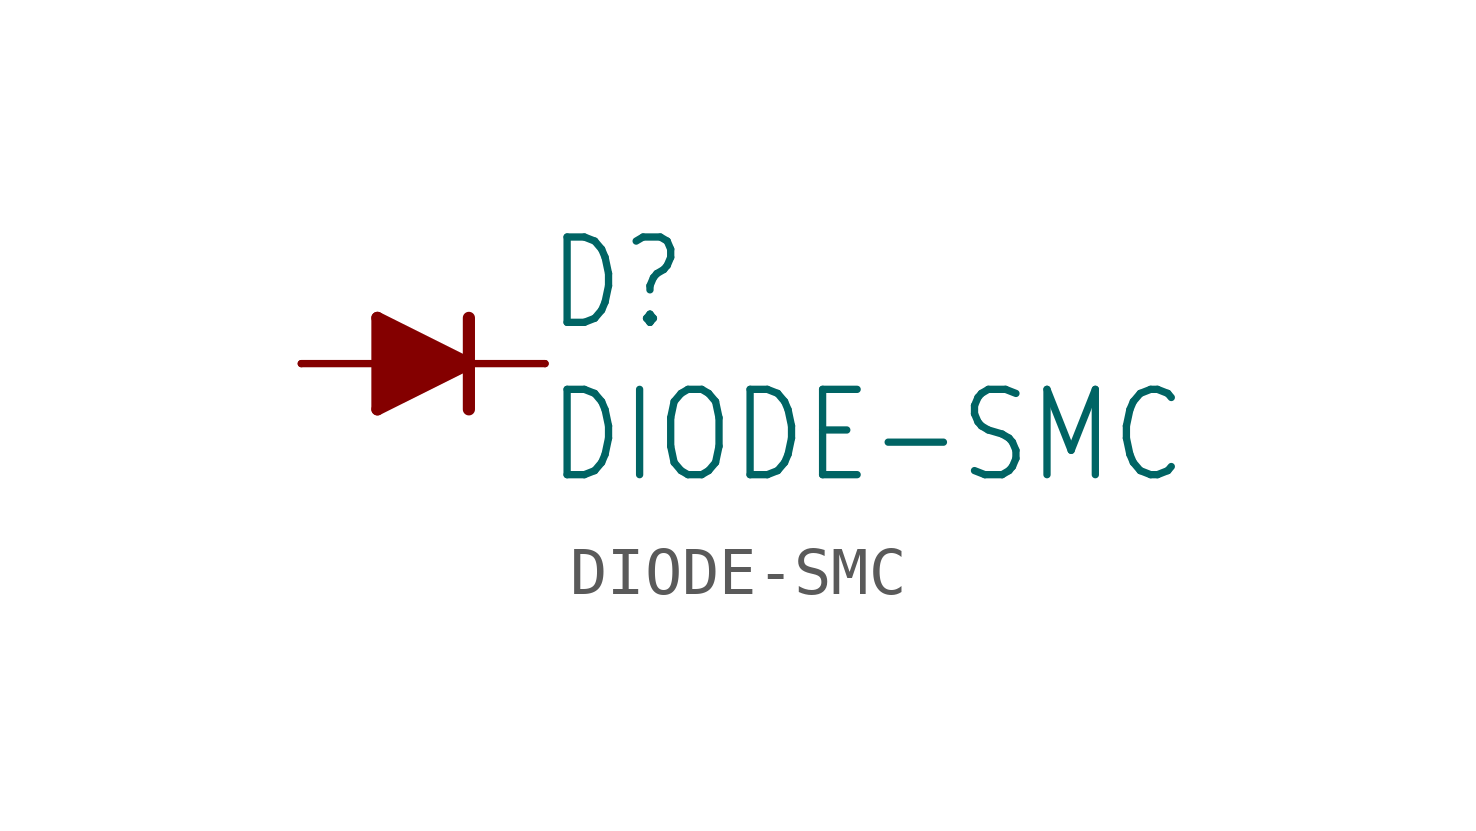
<source format=kicad_sym>
(kicad_symbol_lib
  (version 20211014)
  (generator kicad_symbol_editor)
  (symbol "DIODE-SMC"
    (property "Reference" "D"
      (at 2.54 0.635 0)
      (effects (font (size 1.778 1.511)) (justify left bottom)))
    (property "Value" "DIODE-SMC"
      (at 2.54 -2.54 0)
      (effects (font (size 1.778 1.511)) (justify left bottom)))
    (property "ki_locked" ""
      (at 0 0 0)
      (effects (font (size 1.27 1.27))))
    (symbol "DIODE-SMC_1_0"
      (polyline (pts (xy -0.953 -0.953) (xy 0.953 0)) (stroke (width 0.254) (type default) (color 0 0 0 0)) (fill (type none)))
      (polyline (pts (xy -0.953 0) (xy -2.54 0)) (stroke (width 0.152) (type default) (color 0 0 0 0)) (fill (type none)))
      (polyline (pts (xy -0.953 0) (xy -0.953 -0.953)) (stroke (width 0.254) (type default) (color 0 0 0 0)) (fill (type none)))
      (polyline (pts (xy -0.953 0.953) (xy -0.953 0)) (stroke (width 0.254) (type default) (color 0 0 0 0)) (fill (type none)))
      (polyline (pts (xy 0.953 0) (xy -0.953 0.953)) (stroke (width 0.254) (type default) (color 0 0 0 0)) (fill (type none)))
      (polyline (pts (xy 0.953 0) (xy 0.953 -0.953)) (stroke (width 0.254) (type default) (color 0 0 0 0)) (fill (type none)))
      (polyline (pts (xy 0.953 0) (xy 2.54 0)) (stroke (width 0.152) (type default) (color 0 0 0 0)) (fill (type none)))
      (polyline (pts (xy 0.953 0.953) (xy 0.953 0)) (stroke (width 0.254) (type default) (color 0 0 0 0)) (fill (type none)))
      (polyline (pts (xy -0.953 0.953) (xy 0.953 0) (xy -0.953 -0.953)) (stroke (width 0) (type default) (color 0 0 0 0)) (fill (type outline)))
      (pin passive line (at -2.54 0 0) (length 0) (name "A" (effects (font (size 0 0)))) (number "A" (effects (font (size 0 0)))))
      (pin passive line (at 2.54 0 180) (length 0) (name "C" (effects (font (size 0 0)))) (number "C" (effects (font (size 0 0))))))))
</source>
